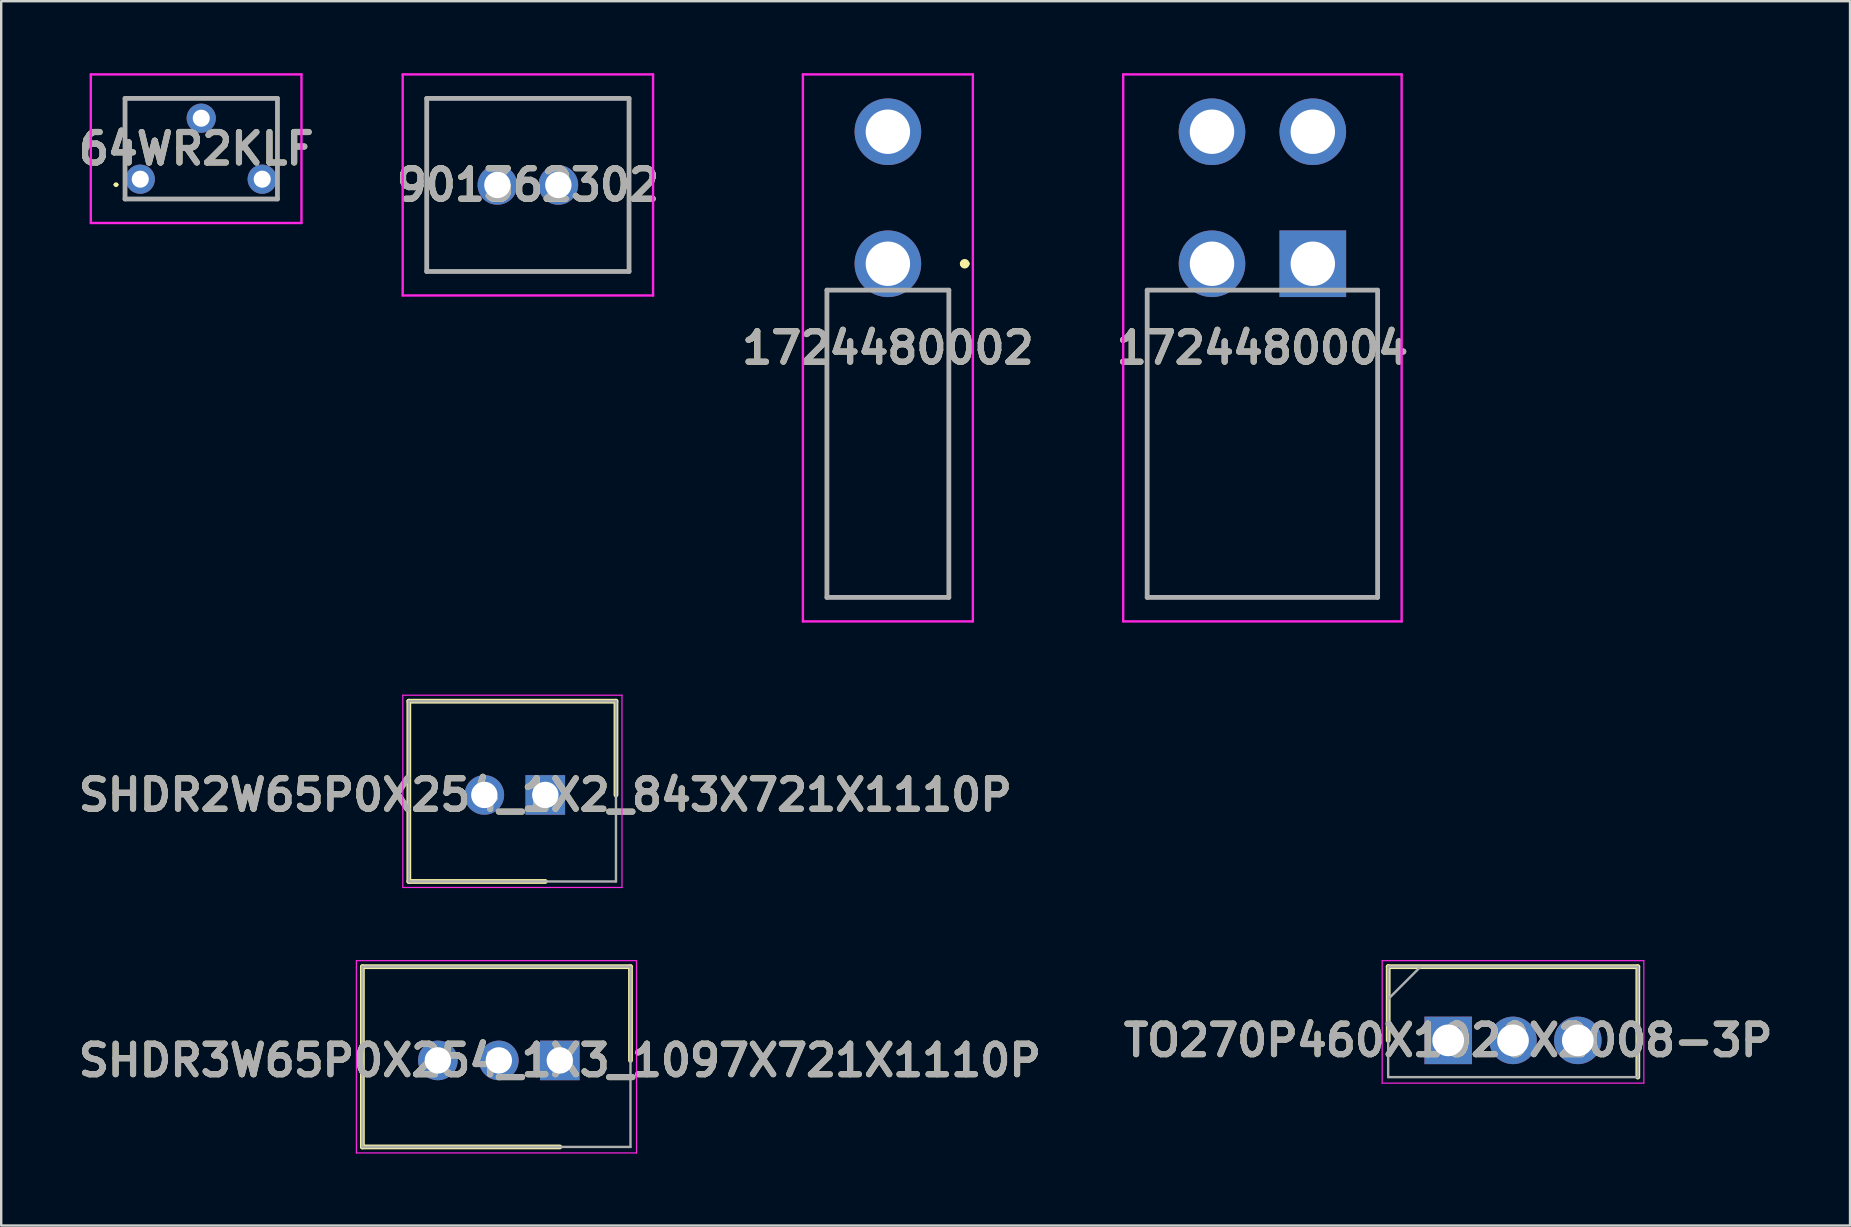
<source format=kicad_pcb>
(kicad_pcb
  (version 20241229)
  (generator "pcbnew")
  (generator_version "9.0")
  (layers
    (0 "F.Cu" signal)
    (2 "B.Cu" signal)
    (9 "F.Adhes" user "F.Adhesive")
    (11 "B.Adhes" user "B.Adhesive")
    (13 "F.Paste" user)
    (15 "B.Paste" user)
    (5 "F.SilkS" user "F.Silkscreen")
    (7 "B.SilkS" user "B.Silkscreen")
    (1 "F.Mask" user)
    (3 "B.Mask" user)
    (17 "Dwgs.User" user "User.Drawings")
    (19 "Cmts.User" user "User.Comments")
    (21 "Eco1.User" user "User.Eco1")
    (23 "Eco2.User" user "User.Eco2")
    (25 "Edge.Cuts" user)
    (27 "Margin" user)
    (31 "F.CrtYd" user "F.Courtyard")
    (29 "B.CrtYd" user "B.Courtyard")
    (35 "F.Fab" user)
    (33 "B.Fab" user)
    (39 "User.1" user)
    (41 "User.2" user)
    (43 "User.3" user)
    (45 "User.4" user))
  (footprint "TO270P460X1020X2008-3P"
    (layer "F.Cu")
    (at 57.283 40.293)
    (property "Reference" "TO270P460X1020X2008-3P" (at 0 0 0) (layer "F.SilkS") (effects (font (size 1.27 1.27) (thickness 0.254))))
    (attr through_hole)
    (fp_line (start -2.5 -3.07) (end -2.5 0) (stroke (width 0.2) (type solid)) (layer "F.SilkS"))
    (fp_line (start 7.9 -3.07) (end -2.5 -3.07) (stroke (width 0.2) (type solid)) (layer "F.SilkS"))
    (fp_line (start 7.9 1.53) (end 7.9 -3.07) (stroke (width 0.2) (type solid)) (layer "F.SilkS"))
    (fp_line (start -2.75 -3.32) (end 8.15 -3.32) (stroke (width 0.05) (type solid)) (layer "F.CrtYd"))
    (fp_line (start -2.75 1.78) (end -2.75 -3.32) (stroke (width 0.05) (type solid)) (layer "F.CrtYd"))
    (fp_line (start 8.15 -3.32) (end 8.15 1.78) (stroke (width 0.05) (type solid)) (layer "F.CrtYd"))
    (fp_line (start 8.15 1.78) (end -2.75 1.78) (stroke (width 0.05) (type solid)) (layer "F.CrtYd"))
    (fp_line (start -2.5 -3.07) (end 7.9 -3.07) (stroke (width 0.1) (type solid)) (layer "F.Fab"))
    (fp_line (start -2.5 -1.72) (end -1.15 -3.07) (stroke (width 0.1) (type solid)) (layer "F.Fab"))
    (fp_line (start -2.5 1.53) (end -2.5 -3.07) (stroke (width 0.1) (type solid)) (layer "F.Fab"))
    (fp_line (start 7.9 -3.07) (end 7.9 1.53) (stroke (width 0.1) (type solid)) (layer "F.Fab"))
    (fp_line (start 7.9 1.53) (end -2.5 1.53) (stroke (width 0.1) (type solid)) (layer "F.Fab"))
    (fp_text user "${REFERENCE}" (at 0 0 0) (layer "F.Fab") (effects (font (size 1.27 1.27) (thickness 0.254))))
    (pad "1" thru_hole rect (at 0 0) (size 1.98 1.98) (drill 1.32) (layers "*.Cu" "*.Mask"))
    (pad "2" thru_hole circle (at 2.7 0) (size 1.98 1.98) (drill 1.32) (layers "*.Cu" "*.Mask"))
    (pad "3" thru_hole circle (at 5.4 0) (size 1.98 1.98) (drill 1.32) (layers "*.Cu" "*.Mask")))
  (footprint "64WR2KLF"
    (layer "F.Cu")
    (at 2.794 4.415)
    (property "Reference" "64WR2KLF" (at 2.328 -1.27 0) (layer "F.SilkS") (effects (font (size 1.27 1.27) (thickness 0.254))))
    (attr through_hole)
    (fp_line (start -1.06 0.23) (end -1.06 0.23) (stroke (width 0.1) (type solid)) (layer "F.SilkS"))
    (fp_line (start -0.96 0.23) (end -0.96 0.23) (stroke (width 0.1) (type solid)) (layer "F.SilkS"))
    (fp_line (start -0.635 -3.365) (end -0.635 -0.77) (stroke (width 0.1) (type solid)) (layer "F.SilkS"))
    (fp_line (start 5.715 -3.365) (end -0.635 -3.365) (stroke (width 0.1) (type solid)) (layer "F.SilkS"))
    (fp_line (start 5.715 -3.27) (end 5.715 -0.77) (stroke (width 0.1) (type solid)) (layer "F.SilkS"))
    (fp_arc (start -1.06 0.23) (mid -1.01 0.18) (end -0.96 0.23) (stroke (width 0.1) (type solid)) (layer "F.SilkS"))
    (fp_arc (start -0.96 0.23) (mid -1.01 0.28) (end -1.06 0.23) (stroke (width 0.1) (type solid)) (layer "F.SilkS"))
    (fp_line (start -2.06 -4.365) (end 6.715 -4.365) (stroke (width 0.1) (type solid)) (layer "F.CrtYd"))
    (fp_line (start -2.06 1.825) (end -2.06 -4.365) (stroke (width 0.1) (type solid)) (layer "F.CrtYd"))
    (fp_line (start 6.715 -4.365) (end 6.715 1.825) (stroke (width 0.1) (type solid)) (layer "F.CrtYd"))
    (fp_line (start 6.715 1.825) (end -2.06 1.825) (stroke (width 0.1) (type solid)) (layer "F.CrtYd"))
    (fp_line (start -0.635 -3.365) (end 5.715 -3.365) (stroke (width 0.2) (type solid)) (layer "F.Fab"))
    (fp_line (start -0.635 0.825) (end -0.635 -3.365) (stroke (width 0.2) (type solid)) (layer "F.Fab"))
    (fp_line (start 5.715 -3.365) (end 5.715 0.825) (stroke (width 0.2) (type solid)) (layer "F.Fab"))
    (fp_line (start 5.715 0.825) (end -0.635 0.825) (stroke (width 0.2) (type solid)) (layer "F.Fab"))
    (fp_text user "${REFERENCE}" (at 2.328 -1.27 0) (layer "F.Fab") (effects (font (size 1.27 1.27) (thickness 0.254))))
    (pad "1" thru_hole circle (at 0 0) (size 1.217 1.217) (drill 0.71) (layers "*.Cu" "*.Mask"))
    (pad "2" thru_hole circle (at 2.54 -2.54) (size 1.217 1.217) (drill 0.71) (layers "*.Cu" "*.Mask"))
    (pad "3" thru_hole circle (at 5.08 0) (size 1.217 1.217) (drill 0.71) (layers "*.Cu" "*.Mask")))
  (footprint "1724480004"
    (layer "F.Cu")
    (at 51.643 7.938)
    (property "Reference" "1724480004" (at -2.1 3.506 0) (layer "F.SilkS") (effects (font (size 1.27 1.27) (thickness 0.254))))
    (attr through_hole)
    (fp_line (start -6.9 1.1) (end -6.9 13.9) (stroke (width 0.1) (type solid)) (layer "F.SilkS"))
    (fp_line (start -6.9 13.9) (end 2.7 13.9) (stroke (width 0.1) (type solid)) (layer "F.SilkS"))
    (fp_line (start 2.7 13.9) (end 2.7 1.1) (stroke (width 0.1) (type solid)) (layer "F.SilkS"))
    (fp_line (start -7.9 -7.888) (end 3.7 -7.888) (stroke (width 0.1) (type solid)) (layer "F.CrtYd"))
    (fp_line (start -7.9 14.9) (end -7.9 -7.888) (stroke (width 0.1) (type solid)) (layer "F.CrtYd"))
    (fp_line (start 3.7 -7.888) (end 3.7 14.9) (stroke (width 0.1) (type solid)) (layer "F.CrtYd"))
    (fp_line (start 3.7 14.9) (end -7.9 14.9) (stroke (width 0.1) (type solid)) (layer "F.CrtYd"))
    (fp_line (start -6.9 1.1) (end 2.7 1.1) (stroke (width 0.2) (type solid)) (layer "F.Fab"))
    (fp_line (start -6.9 13.9) (end -6.9 1.1) (stroke (width 0.2) (type solid)) (layer "F.Fab"))
    (fp_line (start 2.7 1.1) (end 2.7 13.9) (stroke (width 0.2) (type solid)) (layer "F.Fab"))
    (fp_line (start 2.7 13.9) (end -6.9 13.9) (stroke (width 0.2) (type solid)) (layer "F.Fab"))
    (fp_text user "${REFERENCE}" (at -2.1 3.506 0) (layer "F.Fab") (effects (font (size 1.27 1.27) (thickness 0.254))))
    (pad "" np_thru_hole circle (at -2.1 7.3) (size 0.001 0.001) (drill 3.05) (layers "*.Cu" "*.Mask"))
    (pad "1" thru_hole rect (at 0 0) (size 2.775 2.775) (drill 1.85) (layers "*.Cu" "*.Mask"))
    (pad "2" thru_hole circle (at -4.2 0) (size 2.775 2.775) (drill 1.85) (layers "*.Cu" "*.Mask"))
    (pad "3" thru_hole circle (at 0 -5.5) (size 2.775 2.775) (drill 1.85) (layers "*.Cu" "*.Mask"))
    (pad "4" thru_hole circle (at -4.2 -5.5) (size 2.775 2.775) (drill 1.85) (layers "*.Cu" "*.Mask")))
  (footprint "SHDR2W65P0X254_1X2_843X721X1110P"
    (layer "F.Cu")
    (at 19.667 30.068)
    (property "Reference" "SHDR2W65P0X254_1X2_843X721X1110P" (at 0 0 0) (layer "F.SilkS") (effects (font (size 1.27 1.27) (thickness 0.254))))
    (attr through_hole)
    (fp_line (start -5.685 -3.905) (end 2.945 -3.905) (stroke (width 0.2) (type solid)) (layer "F.SilkS"))
    (fp_line (start -5.685 3.605) (end -5.685 -3.905) (stroke (width 0.2) (type solid)) (layer "F.SilkS"))
    (fp_line (start 0 3.605) (end -5.685 3.605) (stroke (width 0.2) (type solid)) (layer "F.SilkS"))
    (fp_line (start 2.945 -3.905) (end 2.945 0) (stroke (width 0.2) (type solid)) (layer "F.SilkS"))
    (fp_line (start -5.935 -4.155) (end 3.195 -4.155) (stroke (width 0.05) (type solid)) (layer "F.CrtYd"))
    (fp_line (start -5.935 3.855) (end -5.935 -4.155) (stroke (width 0.05) (type solid)) (layer "F.CrtYd"))
    (fp_line (start 3.195 -4.155) (end 3.195 3.855) (stroke (width 0.05) (type solid)) (layer "F.CrtYd"))
    (fp_line (start 3.195 3.855) (end -5.935 3.855) (stroke (width 0.05) (type solid)) (layer "F.CrtYd"))
    (fp_line (start -5.685 -3.905) (end 2.945 -3.905) (stroke (width 0.1) (type solid)) (layer "F.Fab"))
    (fp_line (start -5.685 3.605) (end -5.685 -3.905) (stroke (width 0.1) (type solid)) (layer "F.Fab"))
    (fp_line (start 2.945 -3.905) (end 2.945 3.605) (stroke (width 0.1) (type solid)) (layer "F.Fab"))
    (fp_line (start 2.945 3.605) (end -5.685 3.605) (stroke (width 0.1) (type solid)) (layer "F.Fab"))
    (fp_text user "${REFERENCE}" (at 0 0 0) (layer "F.Fab") (effects (font (size 1.27 1.27) (thickness 0.254))))
    (pad "1" thru_hole rect (at 0 0) (size 1.65 1.65) (drill 1.1) (layers "*.Cu" "*.Mask"))
    (pad "2" thru_hole circle (at -2.54 0) (size 1.65 1.65) (drill 1.1) (layers "*.Cu" "*.Mask")))
  (footprint "SHDR3W65P0X254_1X3_1097X721X1110P"
    (layer "F.Cu")
    (at 20.272 41.128)
    (property "Reference" "SHDR3W65P0X254_1X3_1097X721X1110P" (at 0 0 0) (layer "F.SilkS") (effects (font (size 1.27 1.27) (thickness 0.254))))
    (attr through_hole)
    (fp_line (start -8.225 -3.905) (end 2.945 -3.905) (stroke (width 0.2) (type solid)) (layer "F.SilkS"))
    (fp_line (start -8.225 3.605) (end -8.225 -3.905) (stroke (width 0.2) (type solid)) (layer "F.SilkS"))
    (fp_line (start 0 3.605) (end -8.225 3.605) (stroke (width 0.2) (type solid)) (layer "F.SilkS"))
    (fp_line (start 2.945 -3.905) (end 2.945 0) (stroke (width 0.2) (type solid)) (layer "F.SilkS"))
    (fp_line (start -8.475 -4.155) (end 3.195 -4.155) (stroke (width 0.05) (type solid)) (layer "F.CrtYd"))
    (fp_line (start -8.475 3.855) (end -8.475 -4.155) (stroke (width 0.05) (type solid)) (layer "F.CrtYd"))
    (fp_line (start 3.195 -4.155) (end 3.195 3.855) (stroke (width 0.05) (type solid)) (layer "F.CrtYd"))
    (fp_line (start 3.195 3.855) (end -8.475 3.855) (stroke (width 0.05) (type solid)) (layer "F.CrtYd"))
    (fp_line (start -8.225 -3.905) (end 2.945 -3.905) (stroke (width 0.1) (type solid)) (layer "F.Fab"))
    (fp_line (start -8.225 3.605) (end -8.225 -3.905) (stroke (width 0.1) (type solid)) (layer "F.Fab"))
    (fp_line (start 2.945 -3.905) (end 2.945 3.605) (stroke (width 0.1) (type solid)) (layer "F.Fab"))
    (fp_line (start 2.945 3.605) (end -8.225 3.605) (stroke (width 0.1) (type solid)) (layer "F.Fab"))
    (fp_text user "${REFERENCE}" (at 0 0 0) (layer "F.Fab") (effects (font (size 1.27 1.27) (thickness 0.254))))
    (pad "1" thru_hole rect (at 0 0) (size 1.65 1.65) (drill 1.1) (layers "*.Cu" "*.Mask"))
    (pad "2" thru_hole circle (at -2.54 0) (size 1.65 1.65) (drill 1.1) (layers "*.Cu" "*.Mask"))
    (pad "3" thru_hole circle (at -5.08 0) (size 1.65 1.65) (drill 1.1) (layers "*.Cu" "*.Mask")))
  (footprint "1724480002"
    (layer "F.Cu")
    (at 33.94 7.938)
    (property "Reference" "1724480002" (at 0 3.506 0) (layer "F.SilkS") (effects (font (size 1.27 1.27) (thickness 0.254))))
    (attr through_hole)
    (fp_line (start -2.54 1.1) (end -2.54 13.9) (stroke (width 0.1) (type solid)) (layer "F.SilkS"))
    (fp_line (start -2.54 13.9) (end 2.5 13.9) (stroke (width 0.1) (type solid)) (layer "F.SilkS"))
    (fp_line (start -2 1.1) (end -2.54 1.1) (stroke (width 0.1) (type solid)) (layer "F.SilkS"))
    (fp_line (start 2.5 13.9) (end 2.54 13.9) (stroke (width 0.1) (type solid)) (layer "F.SilkS"))
    (fp_line (start 2.54 1.1) (end 2 1.1) (stroke (width 0.1) (type solid)) (layer "F.SilkS"))
    (fp_line (start 2.54 13.9) (end 2.54 1.1) (stroke (width 0.1) (type solid)) (layer "F.SilkS"))
    (fp_line (start 3.1 0) (end 3.1 0) (stroke (width 0.2) (type solid)) (layer "F.SilkS"))
    (fp_line (start 3.3 0) (end 3.3 0) (stroke (width 0.2) (type solid)) (layer "F.SilkS"))
    (fp_arc (start 3.1 0) (mid 3.2 -0.1) (end 3.3 0) (stroke (width 0.2) (type solid)) (layer "F.SilkS"))
    (fp_arc (start 3.3 0) (mid 3.2 0.1) (end 3.1 0) (stroke (width 0.2) (type solid)) (layer "F.SilkS"))
    (fp_line (start -3.54 -7.888) (end 3.54 -7.888) (stroke (width 0.1) (type solid)) (layer "F.CrtYd"))
    (fp_line (start -3.54 14.9) (end -3.54 -7.888) (stroke (width 0.1) (type solid)) (layer "F.CrtYd"))
    (fp_line (start 3.54 -7.888) (end 3.54 14.9) (stroke (width 0.1) (type solid)) (layer "F.CrtYd"))
    (fp_line (start 3.54 14.9) (end -3.54 14.9) (stroke (width 0.1) (type solid)) (layer "F.CrtYd"))
    (fp_line (start -2.54 1.1) (end 2.54 1.1) (stroke (width 0.2) (type solid)) (layer "F.Fab"))
    (fp_line (start -2.54 13.9) (end -2.54 1.1) (stroke (width 0.2) (type solid)) (layer "F.Fab"))
    (fp_line (start 2.54 1.1) (end 2.54 13.9) (stroke (width 0.2) (type solid)) (layer "F.Fab"))
    (fp_line (start 2.54 13.9) (end -2.54 13.9) (stroke (width 0.2) (type solid)) (layer "F.Fab"))
    (fp_text user "${REFERENCE}" (at 0 3.506 0) (layer "F.Fab") (effects (font (size 1.27 1.27) (thickness 0.254))))
    (pad "" np_thru_hole circle (at 0 7.3) (size 0.001 0.001) (drill 3.05) (layers "*.Cu" "*.Mask"))
    (pad "1" thru_hole circle (at 0 0) (size 2.775 2.775) (drill 1.85) (layers "*.Cu" "*.Mask"))
    (pad "2" thru_hole circle (at 0 -5.5) (size 2.775 2.775) (drill 1.85) (layers "*.Cu" "*.Mask")))
  (footprint "901362302"
    (layer "F.Cu")
    (at 20.212 4.655)
    (property "Reference" "901362302" (at -1.27 0 0) (layer "F.SilkS") (effects (font (size 1.27 1.27) (thickness 0.254))))
    (attr through_hole)
    (fp_line (start -5.485 -3.605) (end -5.485 3.605) (stroke (width 0.1) (type solid)) (layer "F.SilkS"))
    (fp_line (start -5.485 3.605) (end 2.945 3.605) (stroke (width 0.1) (type solid)) (layer "F.SilkS"))
    (fp_line (start 2.945 -3.605) (end -5.485 -3.605) (stroke (width 0.1) (type solid)) (layer "F.SilkS"))
    (fp_line (start 2.945 3.605) (end 2.945 -3.605) (stroke (width 0.1) (type solid)) (layer "F.SilkS"))
    (fp_line (start -6.485 -4.605) (end -6.485 4.605) (stroke (width 0.1) (type solid)) (layer "F.CrtYd"))
    (fp_line (start -6.485 4.605) (end 3.945 4.605) (stroke (width 0.1) (type solid)) (layer "F.CrtYd"))
    (fp_line (start 3.945 -4.605) (end -6.485 -4.605) (stroke (width 0.1) (type solid)) (layer "F.CrtYd"))
    (fp_line (start 3.945 4.605) (end 3.945 -4.605) (stroke (width 0.1) (type solid)) (layer "F.CrtYd"))
    (fp_line (start -5.485 -3.605) (end -5.485 3.605) (stroke (width 0.2) (type solid)) (layer "F.Fab"))
    (fp_line (start -5.485 3.605) (end 2.945 3.605) (stroke (width 0.2) (type solid)) (layer "F.Fab"))
    (fp_line (start 2.945 -3.605) (end -5.485 -3.605) (stroke (width 0.2) (type solid)) (layer "F.Fab"))
    (fp_line (start 2.945 3.605) (end 2.945 -3.605) (stroke (width 0.2) (type solid)) (layer "F.Fab"))
    (fp_text user "${REFERENCE}" (at -1.27 0 0) (layer "F.Fab") (effects (font (size 1.27 1.27) (thickness 0.254))))
    (pad "1" thru_hole circle (at 0 0) (size 1.65 1.65) (drill 1.1) (layers "*.Cu" "*.Mask"))
    (pad "2" thru_hole circle (at -2.54 0) (size 1.65 1.65) (drill 1.1) (layers "*.Cu" "*.Mask")))
  (gr_rect
    (start -3 -3)
    (end 74.024 48.008)
    (stroke (width 0.1) (type default))
    (fill no)
    (layer "Edge.Cuts")))
</source>
